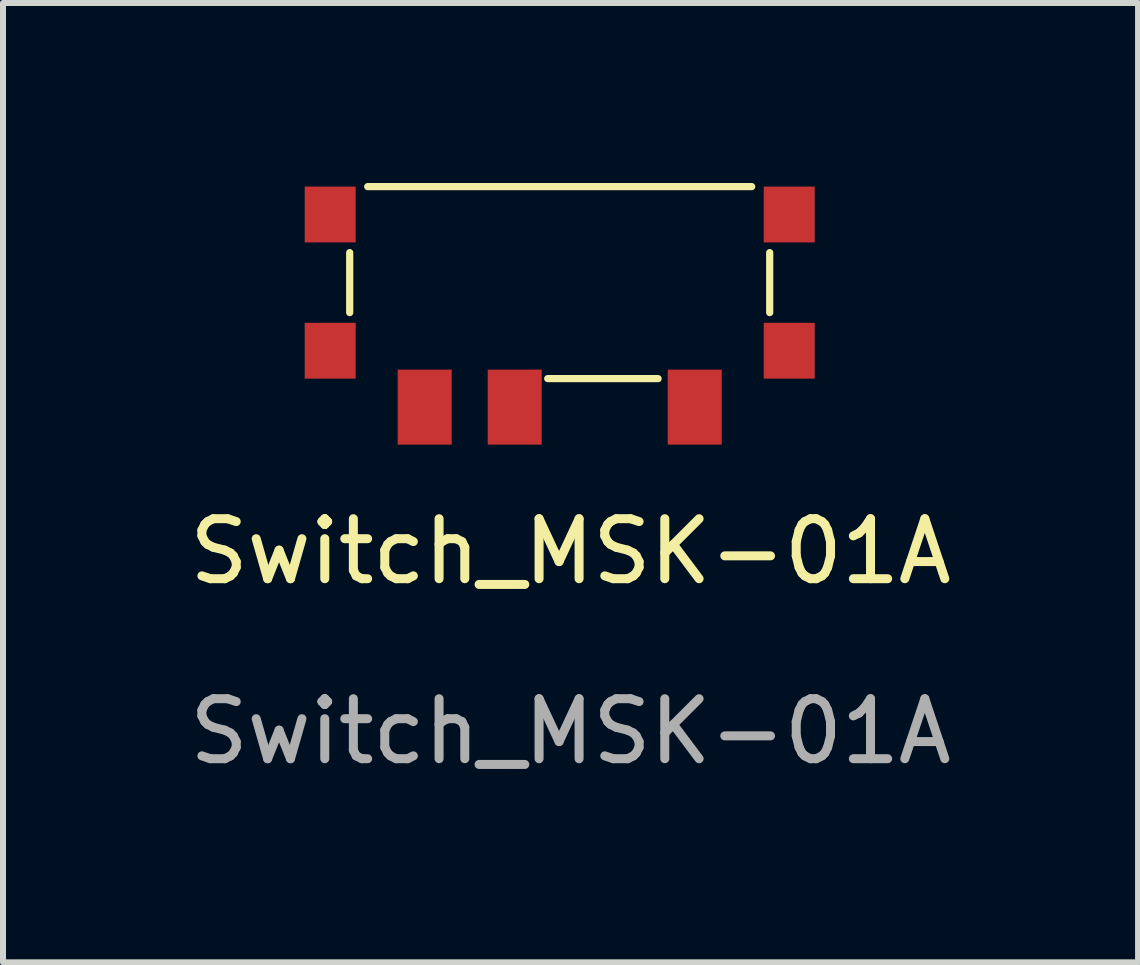
<source format=kicad_pcb>
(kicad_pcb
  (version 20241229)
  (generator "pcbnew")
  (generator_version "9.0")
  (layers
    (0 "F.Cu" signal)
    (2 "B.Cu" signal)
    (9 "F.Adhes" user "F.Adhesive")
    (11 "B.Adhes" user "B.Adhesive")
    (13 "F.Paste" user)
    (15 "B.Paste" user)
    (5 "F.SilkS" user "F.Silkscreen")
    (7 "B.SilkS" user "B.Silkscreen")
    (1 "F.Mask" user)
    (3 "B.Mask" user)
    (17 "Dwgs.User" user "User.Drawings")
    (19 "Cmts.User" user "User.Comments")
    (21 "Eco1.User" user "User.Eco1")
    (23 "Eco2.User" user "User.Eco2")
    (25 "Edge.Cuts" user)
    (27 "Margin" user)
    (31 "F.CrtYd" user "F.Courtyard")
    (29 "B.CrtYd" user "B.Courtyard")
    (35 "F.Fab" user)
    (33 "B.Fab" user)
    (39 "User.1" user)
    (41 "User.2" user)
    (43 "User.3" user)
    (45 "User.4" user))
  (footprint "Switch_MSK-01A"
    (layer "F.Cu")
    (at 7.778 1.66)
    (property "Reference" "Switch_MSK-01A" (at -1.32 4.48 0) (unlocked yes) (layer "F.SilkS") (effects (font (size 1 1) (thickness 0.15))))
    (attr smd)
    (fp_line (start -5 -0.5) (end -5 0.5) (stroke (width 0.12) (type solid)) (layer "F.SilkS"))
    (fp_line (start -4.7 -1.6) (end 1.7 -1.6) (stroke (width 0.12) (type solid)) (layer "F.SilkS"))
    (fp_line (start -1.7 1.6) (end 0.14 1.6) (stroke (width 0.12) (type solid)) (layer "F.SilkS"))
    (fp_line (start 2 -0.5) (end 2 0.5) (stroke (width 0.12) (type solid)) (layer "F.SilkS"))
    (fp_text user "${REFERENCE}" (at -1.32 7.48 0) (unlocked yes) (layer "F.Fab") (effects (font (size 1 1) (thickness 0.15))))
    (pad "1" smd rect (at -3.75 2.075) (size 0.9 1.25) (layers "F.Cu" "F.Mask" "F.Paste"))
    (pad "2" smd rect (at -2.25 2.075) (size 0.9 1.25) (layers "F.Cu" "F.Mask" "F.Paste"))
    (pad "3" smd rect (at 0.75 2.075) (size 0.9 1.25) (layers "F.Cu" "F.Mask" "F.Paste"))
    (pad "4" smd rect (at -5.325 -1.135) (size 0.85 0.93) (layers "F.Cu" "F.Mask" "F.Paste"))
    (pad "4" smd rect (at -5.325 1.135) (size 0.85 0.93) (layers "F.Cu" "F.Mask" "F.Paste"))
    (pad "4" smd rect (at 2.325 -1.135) (size 0.85 0.93) (layers "F.Cu" "F.Mask" "F.Paste"))
    (pad "4" smd rect (at 2.325 1.135) (size 0.85 0.93) (layers "F.Cu" "F.Mask" "F.Paste")))
  (gr_rect
    (start -3 -3)
    (end 15.917 12.988)
    (stroke (width 0.1) (type default))
    (fill no)
    (layer "Edge.Cuts")))
</source>
